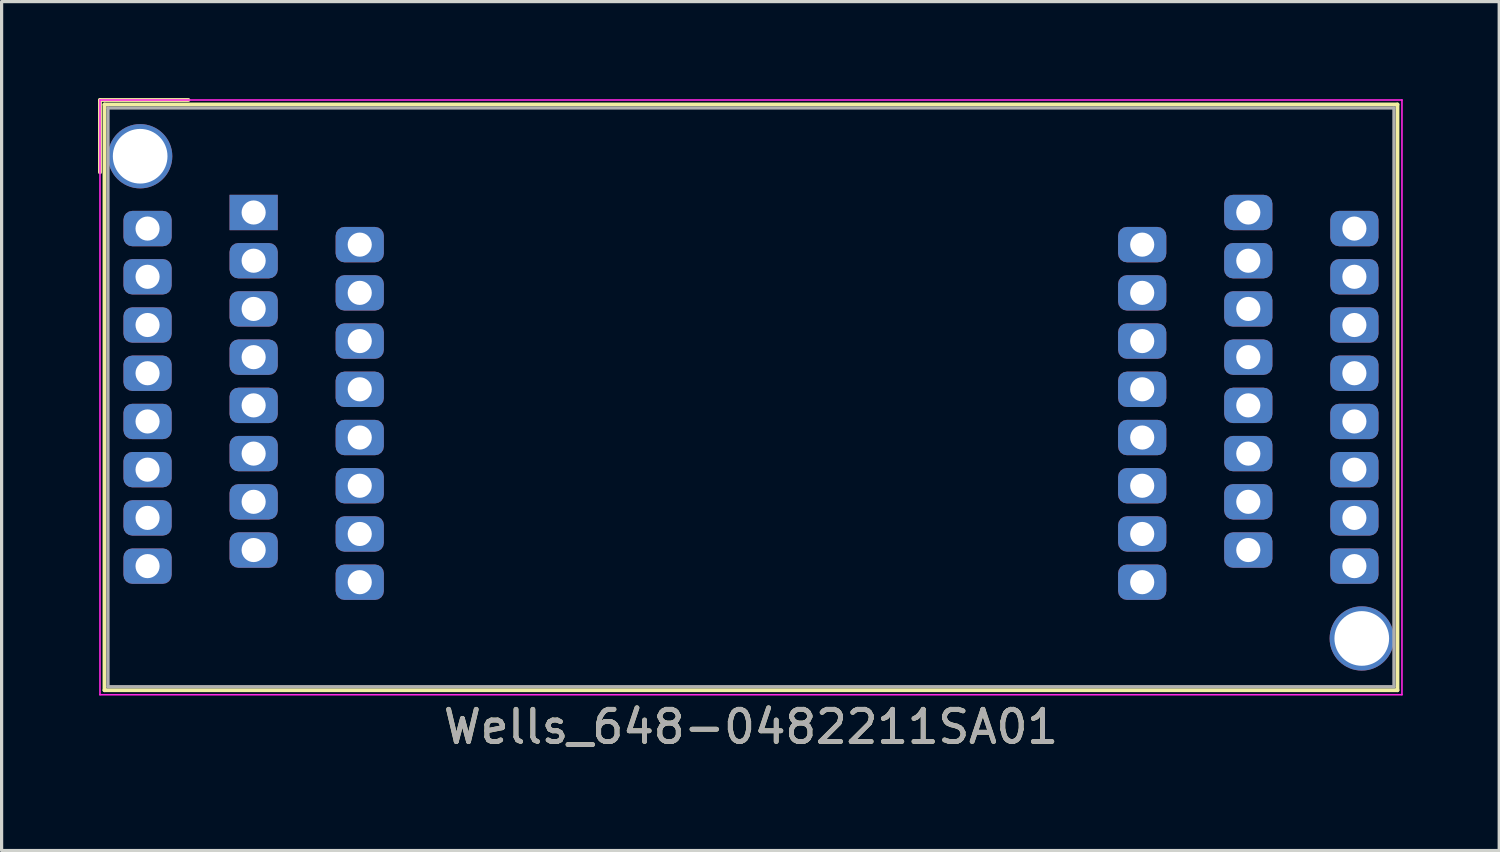
<source format=kicad_pcb>
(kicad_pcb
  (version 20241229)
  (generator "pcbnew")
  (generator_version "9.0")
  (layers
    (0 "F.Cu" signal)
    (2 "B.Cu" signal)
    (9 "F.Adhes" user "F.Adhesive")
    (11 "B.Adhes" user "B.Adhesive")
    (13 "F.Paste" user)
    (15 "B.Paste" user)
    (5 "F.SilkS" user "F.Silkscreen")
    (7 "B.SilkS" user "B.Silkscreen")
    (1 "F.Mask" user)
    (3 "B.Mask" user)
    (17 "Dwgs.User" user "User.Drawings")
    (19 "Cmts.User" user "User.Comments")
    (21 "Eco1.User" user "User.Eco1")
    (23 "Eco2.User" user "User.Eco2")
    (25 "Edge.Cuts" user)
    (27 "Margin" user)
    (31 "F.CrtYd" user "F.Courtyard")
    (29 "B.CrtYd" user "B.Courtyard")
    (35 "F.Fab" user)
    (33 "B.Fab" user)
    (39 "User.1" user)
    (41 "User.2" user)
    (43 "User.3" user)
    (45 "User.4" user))
  (footprint "Wells_648-0482211SA01"
    (layer "F.Cu")
    (at 4.84 3.56)
    (property "Reference" "Wells_648-0482211SA01" (at 15.47 16 0) (layer "F.SilkS") (effects (font (size 1 1) (thickness 0.15))))
    (attr through_hole)
    (fp_line (start -4.78 -3.5) (end -4.78 -1.25) (stroke (width 0.12) (type solid)) (layer "F.SilkS"))
    (fp_line (start -4.78 -3.5) (end -2.03 -3.5) (stroke (width 0.12) (type solid)) (layer "F.SilkS"))
    (fp_line (start -4.64 -3.36) (end -4.64 14.86) (stroke (width 0.12) (type solid)) (layer "F.SilkS"))
    (fp_line (start -4.64 14.86) (end 35.58 14.86) (stroke (width 0.12) (type solid)) (layer "F.SilkS"))
    (fp_line (start 35.58 -3.36) (end -4.64 -3.36) (stroke (width 0.12) (type solid)) (layer "F.SilkS"))
    (fp_line (start 35.58 14.86) (end 35.58 -3.36) (stroke (width 0.12) (type solid)) (layer "F.SilkS"))
    (fp_line (start -4.78 -3.5) (end -4.78 15) (stroke (width 0.05) (type solid)) (layer "F.CrtYd"))
    (fp_line (start -4.78 15) (end 35.72 15) (stroke (width 0.05) (type solid)) (layer "F.CrtYd"))
    (fp_line (start 35.72 -3.5) (end -4.78 -3.5) (stroke (width 0.05) (type solid)) (layer "F.CrtYd"))
    (fp_line (start 35.72 15) (end 35.72 -3.5) (stroke (width 0.05) (type solid)) (layer "F.CrtYd"))
    (fp_line (start -4.53 -3.25) (end 35.47 -3.25) (stroke (width 0.1) (type solid)) (layer "F.Fab"))
    (fp_line (start -4.53 14.75) (end -4.53 -3.25) (stroke (width 0.1) (type solid)) (layer "F.Fab"))
    (fp_line (start -4.53 14.75) (end 35.47 14.75) (stroke (width 0.1) (type solid)) (layer "F.Fab"))
    (fp_line (start 35.47 14.75) (end 35.47 -3.25) (stroke (width 0.1) (type solid)) (layer "F.Fab"))
    (fp_text user "${REFERENCE}" (at 15.47 16 0) (layer "F.Fab") (effects (font (size 1 1) (thickness 0.15))))
    (pad "" np_thru_hole circle (at -3.53 -1.75) (size 2 2) (drill 1.7) (layers "*.Cu" "*.Mask"))
    (pad "" np_thru_hole circle (at 34.47 13.25) (size 2 2) (drill 1.7) (layers "*.Cu" "*.Mask"))
    (pad "1" thru_hole rect (at 0 0) (size 1.5 1.1) (drill 0.75) (layers "*.Cu" "*.Mask"))
    (pad "2" thru_hole roundrect (at -3.3 0.5) (size 1.5 1.1) (drill 0.75) (layers "*.Cu" "*.Mask") (roundrect_rratio 0.25))
    (pad "3" thru_hole roundrect (at 3.3 1) (size 1.5 1.1) (drill 0.75) (layers "*.Cu" "*.Mask") (roundrect_rratio 0.25))
    (pad "4" thru_hole roundrect (at 0 1.5) (size 1.5 1.1) (drill 0.75) (layers "*.Cu" "*.Mask") (roundrect_rratio 0.25))
    (pad "5" thru_hole roundrect (at -3.3 2) (size 1.5 1.1) (drill 0.75) (layers "*.Cu" "*.Mask") (roundrect_rratio 0.25))
    (pad "6" thru_hole roundrect (at 3.3 2.5) (size 1.5 1.1) (drill 0.75) (layers "*.Cu" "*.Mask") (roundrect_rratio 0.25))
    (pad "7" thru_hole roundrect (at 0 3) (size 1.5 1.1) (drill 0.75) (layers "*.Cu" "*.Mask") (roundrect_rratio 0.25))
    (pad "8" thru_hole roundrect (at -3.3 3.5) (size 1.5 1.1) (drill 0.75) (layers "*.Cu" "*.Mask") (roundrect_rratio 0.25))
    (pad "9" thru_hole roundrect (at 3.3 4) (size 1.5 1.1) (drill 0.75) (layers "*.Cu" "*.Mask") (roundrect_rratio 0.25))
    (pad "10" thru_hole roundrect (at 0 4.5) (size 1.5 1.1) (drill 0.75) (layers "*.Cu" "*.Mask") (roundrect_rratio 0.25))
    (pad "11" thru_hole roundrect (at -3.3 5) (size 1.5 1.1) (drill 0.75) (layers "*.Cu" "*.Mask") (roundrect_rratio 0.25))
    (pad "12" thru_hole roundrect (at 3.3 5.5) (size 1.5 1.1) (drill 0.75) (layers "*.Cu" "*.Mask") (roundrect_rratio 0.25))
    (pad "13" thru_hole roundrect (at 0 6) (size 1.5 1.1) (drill 0.75) (layers "*.Cu" "*.Mask") (roundrect_rratio 0.25))
    (pad "14" thru_hole roundrect (at -3.3 6.5) (size 1.5 1.1) (drill 0.75) (layers "*.Cu" "*.Mask") (roundrect_rratio 0.25))
    (pad "15" thru_hole roundrect (at 3.3 7) (size 1.5 1.1) (drill 0.75) (layers "*.Cu" "*.Mask") (roundrect_rratio 0.25))
    (pad "16" thru_hole roundrect (at 0 7.5) (size 1.5 1.1) (drill 0.75) (layers "*.Cu" "*.Mask") (roundrect_rratio 0.25))
    (pad "17" thru_hole roundrect (at -3.3 8) (size 1.5 1.1) (drill 0.75) (layers "*.Cu" "*.Mask") (roundrect_rratio 0.25))
    (pad "18" thru_hole roundrect (at 3.3 8.5) (size 1.5 1.1) (drill 0.75) (layers "*.Cu" "*.Mask") (roundrect_rratio 0.25))
    (pad "19" thru_hole roundrect (at 0 9) (size 1.5 1.1) (drill 0.75) (layers "*.Cu" "*.Mask") (roundrect_rratio 0.25))
    (pad "20" thru_hole roundrect (at -3.3 9.5) (size 1.5 1.1) (drill 0.75) (layers "*.Cu" "*.Mask") (roundrect_rratio 0.25))
    (pad "21" thru_hole roundrect (at 3.3 10) (size 1.5 1.1) (drill 0.75) (layers "*.Cu" "*.Mask") (roundrect_rratio 0.25))
    (pad "22" thru_hole roundrect (at 0 10.5) (size 1.5 1.1) (drill 0.75) (layers "*.Cu" "*.Mask") (roundrect_rratio 0.25))
    (pad "23" thru_hole roundrect (at -3.3 11) (size 1.5 1.1) (drill 0.75) (layers "*.Cu" "*.Mask") (roundrect_rratio 0.25))
    (pad "24" thru_hole roundrect (at 3.3 11.5) (size 1.5 1.1) (drill 0.75) (layers "*.Cu" "*.Mask") (roundrect_rratio 0.25))
    (pad "25" thru_hole roundrect (at 27.64 11.5) (size 1.5 1.1) (drill 0.75) (layers "*.Cu" "*.Mask") (roundrect_rratio 0.25))
    (pad "26" thru_hole roundrect (at 34.24 11) (size 1.5 1.1) (drill 0.75) (layers "*.Cu" "*.Mask") (roundrect_rratio 0.25))
    (pad "27" thru_hole roundrect (at 30.94 10.5) (size 1.5 1.1) (drill 0.75) (layers "*.Cu" "*.Mask") (roundrect_rratio 0.25))
    (pad "28" thru_hole roundrect (at 27.64 10) (size 1.5 1.1) (drill 0.75) (layers "*.Cu" "*.Mask") (roundrect_rratio 0.25))
    (pad "29" thru_hole roundrect (at 34.24 9.5) (size 1.5 1.1) (drill 0.75) (layers "*.Cu" "*.Mask") (roundrect_rratio 0.25))
    (pad "30" thru_hole roundrect (at 30.94 9) (size 1.5 1.1) (drill 0.75) (layers "*.Cu" "*.Mask") (roundrect_rratio 0.25))
    (pad "31" thru_hole roundrect (at 27.64 8.5) (size 1.5 1.1) (drill 0.75) (layers "*.Cu" "*.Mask") (roundrect_rratio 0.25))
    (pad "32" thru_hole roundrect (at 34.24 8) (size 1.5 1.1) (drill 0.75) (layers "*.Cu" "*.Mask") (roundrect_rratio 0.25))
    (pad "33" thru_hole roundrect (at 30.94 7.5) (size 1.5 1.1) (drill 0.75) (layers "*.Cu" "*.Mask") (roundrect_rratio 0.25))
    (pad "34" thru_hole roundrect (at 27.64 7) (size 1.5 1.1) (drill 0.75) (layers "*.Cu" "*.Mask") (roundrect_rratio 0.25))
    (pad "35" thru_hole roundrect (at 34.24 6.5) (size 1.5 1.1) (drill 0.75) (layers "*.Cu" "*.Mask") (roundrect_rratio 0.25))
    (pad "36" thru_hole roundrect (at 30.94 6) (size 1.5 1.1) (drill 0.75) (layers "*.Cu" "*.Mask") (roundrect_rratio 0.25))
    (pad "37" thru_hole roundrect (at 27.64 5.5) (size 1.5 1.1) (drill 0.75) (layers "*.Cu" "*.Mask") (roundrect_rratio 0.25))
    (pad "38" thru_hole roundrect (at 34.24 5) (size 1.5 1.1) (drill 0.75) (layers "*.Cu" "*.Mask") (roundrect_rratio 0.25))
    (pad "39" thru_hole roundrect (at 30.94 4.5) (size 1.5 1.1) (drill 0.75) (layers "*.Cu" "*.Mask") (roundrect_rratio 0.25))
    (pad "40" thru_hole roundrect (at 27.64 4) (size 1.5 1.1) (drill 0.75) (layers "*.Cu" "*.Mask") (roundrect_rratio 0.25))
    (pad "41" thru_hole roundrect (at 34.24 3.5) (size 1.5 1.1) (drill 0.75) (layers "*.Cu" "*.Mask") (roundrect_rratio 0.25))
    (pad "42" thru_hole roundrect (at 30.94 3) (size 1.5 1.1) (drill 0.75) (layers "*.Cu" "*.Mask") (roundrect_rratio 0.25))
    (pad "43" thru_hole roundrect (at 27.64 2.5) (size 1.5 1.1) (drill 0.75) (layers "*.Cu" "*.Mask") (roundrect_rratio 0.25))
    (pad "44" thru_hole roundrect (at 34.24 2) (size 1.5 1.1) (drill 0.75) (layers "*.Cu" "*.Mask") (roundrect_rratio 0.25))
    (pad "45" thru_hole roundrect (at 30.94 1.5) (size 1.5 1.1) (drill 0.75) (layers "*.Cu" "*.Mask") (roundrect_rratio 0.25))
    (pad "46" thru_hole roundrect (at 27.64 1) (size 1.5 1.1) (drill 0.75) (layers "*.Cu" "*.Mask") (roundrect_rratio 0.25))
    (pad "47" thru_hole roundrect (at 34.24 0.5) (size 1.5 1.1) (drill 0.75) (layers "*.Cu" "*.Mask") (roundrect_rratio 0.25))
    (pad "48" thru_hole roundrect (at 30.94 0) (size 1.5 1.1) (drill 0.75) (layers "*.Cu" "*.Mask") (roundrect_rratio 0.25)))
  (gr_rect
    (start -3 -3)
    (end 43.585 23.408)
    (stroke (width 0.1) (type default))
    (fill no)
    (layer "Edge.Cuts")))
</source>
